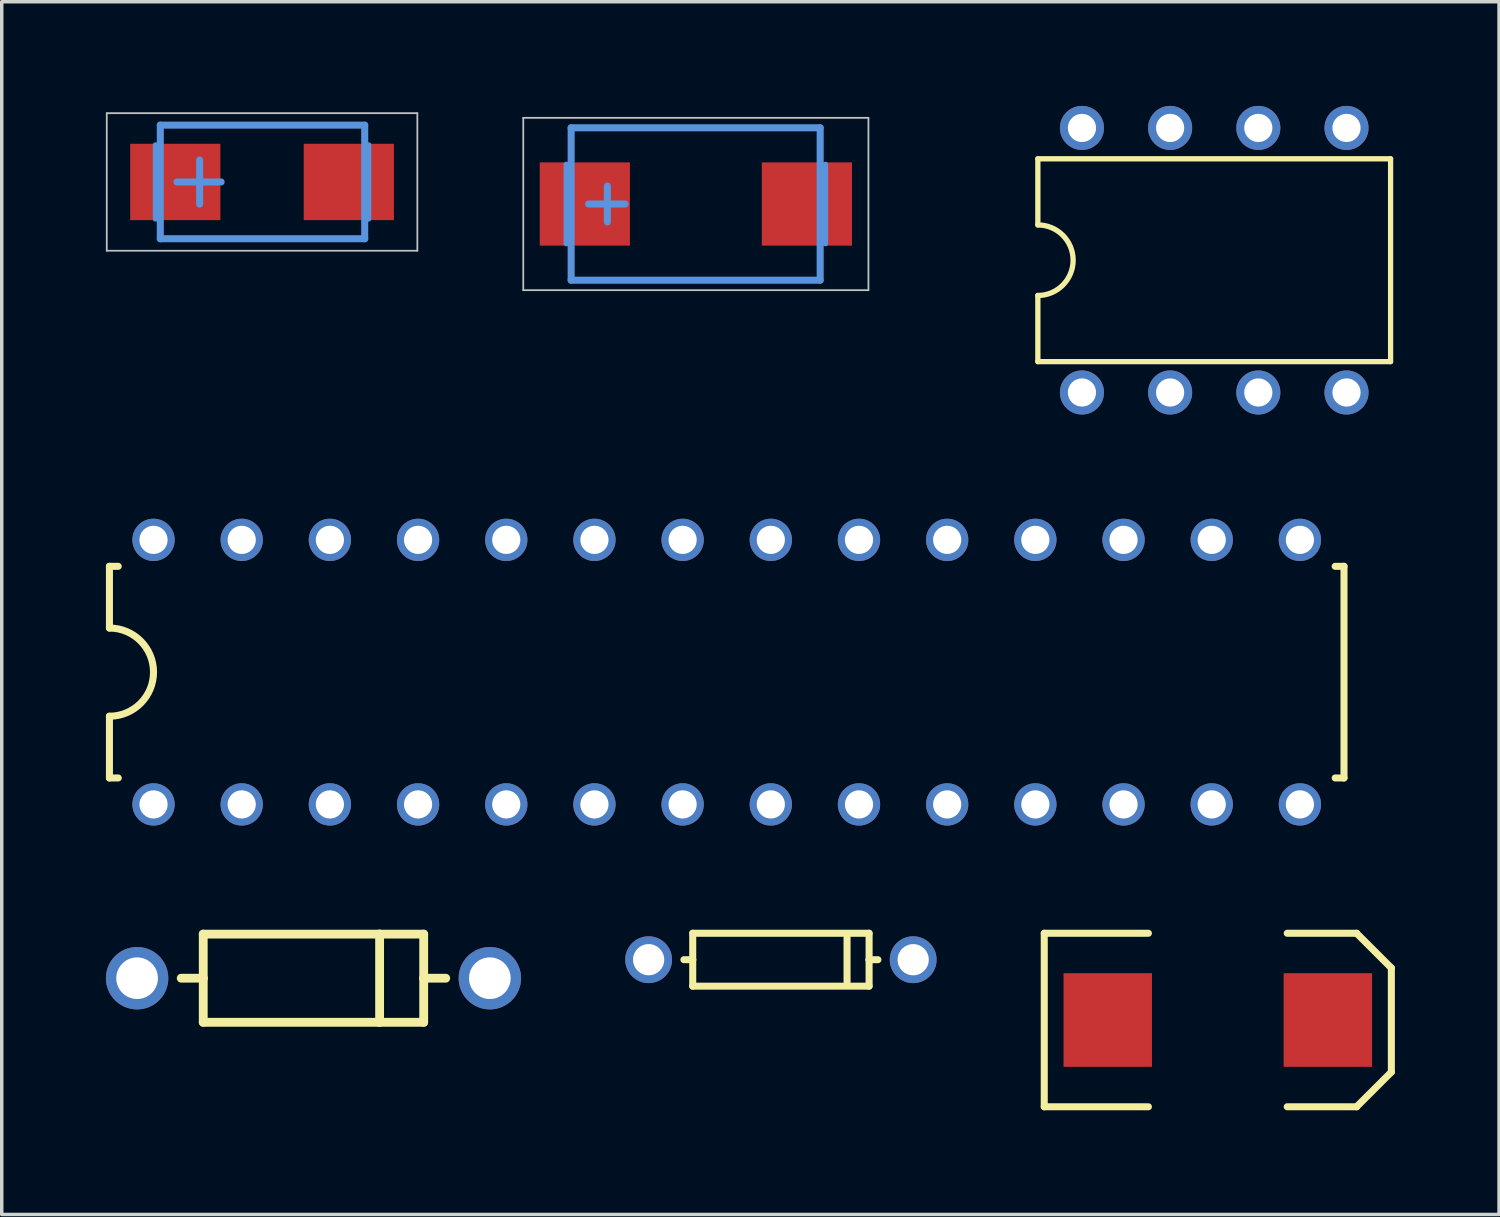
<source format=kicad_pcb>
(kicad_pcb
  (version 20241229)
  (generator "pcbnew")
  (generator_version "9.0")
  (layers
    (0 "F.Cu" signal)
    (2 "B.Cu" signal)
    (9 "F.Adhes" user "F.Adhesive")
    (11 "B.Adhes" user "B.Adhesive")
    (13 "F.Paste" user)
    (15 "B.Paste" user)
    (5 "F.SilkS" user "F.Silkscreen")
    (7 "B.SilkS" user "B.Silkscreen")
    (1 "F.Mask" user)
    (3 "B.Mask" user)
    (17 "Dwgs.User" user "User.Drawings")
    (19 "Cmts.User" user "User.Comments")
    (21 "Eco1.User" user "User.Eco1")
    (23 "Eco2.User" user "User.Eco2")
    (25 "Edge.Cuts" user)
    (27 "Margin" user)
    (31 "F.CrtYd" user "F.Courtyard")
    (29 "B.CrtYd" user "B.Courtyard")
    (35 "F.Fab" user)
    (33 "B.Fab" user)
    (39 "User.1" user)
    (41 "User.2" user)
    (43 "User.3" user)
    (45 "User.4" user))
  (footprint "DIL08"
    (layer "F.Cu")
    (at 31.924 4.445)
    (property "Reference" "DIL08" (at -5.969 -0.889 90) (layer "Eco1.User") (effects (font (size 1.27 1.27) (thickness 0.127))))
    (attr through_hole)
    (fp_line (start -5.08 -2.921) (end -5.08 -1.016) (stroke (width 0.152) (type solid)) (layer "F.SilkS"))
    (fp_line (start -5.08 2.921) (end -5.08 1.016) (stroke (width 0.152) (type solid)) (layer "F.SilkS"))
    (fp_line (start -5.08 2.921) (end 5.08 2.921) (stroke (width 0.152) (type solid)) (layer "F.SilkS"))
    (fp_line (start 5.08 -2.921) (end -5.08 -2.921) (stroke (width 0.152) (type solid)) (layer "F.SilkS"))
    (fp_line (start 5.08 -2.921) (end 5.08 2.921) (stroke (width 0.152) (type solid)) (layer "F.SilkS"))
    (fp_arc (start -5.08 -1.016) (mid -4.064 0) (end -5.08 1.016) (stroke (width 0.1524) (type solid)) (layer "F.SilkS"))
    (pad "1" thru_hole oval (at -3.81 3.81 90) (size 1.27 1.27) (drill 0.813) (layers "*.Cu" "*.Mask"))
    (pad "2" thru_hole oval (at -1.27 3.81 90) (size 1.27 1.27) (drill 0.813) (layers "*.Cu" "*.Mask"))
    (pad "3" thru_hole oval (at 1.27 3.81 90) (size 1.27 1.27) (drill 0.813) (layers "*.Cu" "*.Mask"))
    (pad "4" thru_hole oval (at 3.81 3.81 90) (size 1.27 1.27) (drill 0.813) (layers "*.Cu" "*.Mask"))
    (pad "5" thru_hole oval (at 3.81 -3.81 90) (size 1.27 1.27) (drill 0.813) (layers "*.Cu" "*.Mask"))
    (pad "6" thru_hole oval (at 1.27 -3.81 90) (size 1.27 1.27) (drill 0.813) (layers "*.Cu" "*.Mask"))
    (pad "7" thru_hole oval (at -1.27 -3.81 90) (size 1.27 1.27) (drill 0.813) (layers "*.Cu" "*.Mask"))
    (pad "8" thru_hole oval (at -3.81 -3.81 90) (size 1.27 1.27) (drill 0.813) (layers "*.Cu" "*.Mask")))
  (footprint "DIODE-1N4148"
    (layer "F.Cu")
    (at 19.443 24.593)
    (property "Reference" "DIODE-1N4148" (at 0 0 0) (layer "Cmts.User") (effects (font (size 0.001 0.001) (thickness 0.000001))))
    (attr through_hole)
    (fp_line (start -2.54 -0.762) (end 2.54 -0.762) (stroke (width 0.203) (type solid)) (layer "F.SilkS"))
    (fp_line (start -2.54 0) (end -2.794 0) (stroke (width 0.203) (type solid)) (layer "F.SilkS"))
    (fp_line (start -2.54 0) (end -2.54 -0.762) (stroke (width 0.203) (type solid)) (layer "F.SilkS"))
    (fp_line (start -2.54 0.762) (end -2.54 0) (stroke (width 0.203) (type solid)) (layer "F.SilkS"))
    (fp_line (start 1.905 -0.635) (end 1.905 0.635) (stroke (width 0.203) (type solid)) (layer "F.SilkS"))
    (fp_line (start 2.54 -0.762) (end 2.54 0) (stroke (width 0.203) (type solid)) (layer "F.SilkS"))
    (fp_line (start 2.54 0) (end 2.54 0.762) (stroke (width 0.203) (type solid)) (layer "F.SilkS"))
    (fp_line (start 2.54 0) (end 2.794 0) (stroke (width 0.203) (type solid)) (layer "F.SilkS"))
    (fp_line (start 2.54 0.762) (end -2.54 0.762) (stroke (width 0.203) (type solid)) (layer "F.SilkS"))
    (pad "A" thru_hole oval (at -3.81 0) (size 1.349 1.349) (drill 0.899) (layers "*.Cu" "*.Mask"))
    (pad "K" thru_hole oval (at 3.81 0) (size 1.349 1.349) (drill 0.899) (layers "*.Cu" "*.Mask")))
  (footprint "DIL28-3"
    (layer "F.Cu")
    (at 17.882 16.31)
    (property "Reference" "DIL28-3" (at -14.021 0.305 0) (layer "Eco1.User") (effects (font (size 0.61 0.61) (thickness 0.061))))
    (attr through_hole)
    (fp_line (start -17.78 -3.048) (end -17.78 -1.27) (stroke (width 0.203) (type solid)) (layer "F.SilkS"))
    (fp_line (start -17.78 -3.048) (end -17.526 -3.048) (stroke (width 0.203) (type solid)) (layer "F.SilkS"))
    (fp_line (start -17.78 1.27) (end -17.78 3.048) (stroke (width 0.203) (type solid)) (layer "F.SilkS"))
    (fp_line (start -17.78 3.048) (end -17.526 3.048) (stroke (width 0.203) (type solid)) (layer "F.SilkS"))
    (fp_line (start 17.78 -3.048) (end 17.526 -3.048) (stroke (width 0.203) (type solid)) (layer "F.SilkS"))
    (fp_line (start 17.78 3.048) (end 17.526 3.048) (stroke (width 0.203) (type solid)) (layer "F.SilkS"))
    (fp_line (start 17.78 3.048) (end 17.78 -3.048) (stroke (width 0.203) (type solid)) (layer "F.SilkS"))
    (fp_arc (start -17.78 -1.27) (mid -16.51 0) (end -17.78 1.27) (stroke (width 0.2032) (type solid)) (layer "F.SilkS"))
    (pad "1" thru_hole oval (at -16.51 3.81 90) (size 1.219 1.219) (drill 0.813) (layers "*.Cu" "*.Mask"))
    (pad "2" thru_hole oval (at -13.97 3.81 90) (size 1.219 1.219) (drill 0.813) (layers "*.Cu" "*.Mask"))
    (pad "3" thru_hole oval (at -11.43 3.81 90) (size 1.219 1.219) (drill 0.813) (layers "*.Cu" "*.Mask"))
    (pad "4" thru_hole oval (at -8.89 3.81 90) (size 1.219 1.219) (drill 0.813) (layers "*.Cu" "*.Mask"))
    (pad "5" thru_hole oval (at -6.35 3.81 90) (size 1.219 1.219) (drill 0.813) (layers "*.Cu" "*.Mask"))
    (pad "6" thru_hole oval (at -3.81 3.81 90) (size 1.219 1.219) (drill 0.813) (layers "*.Cu" "*.Mask"))
    (pad "7" thru_hole oval (at -1.27 3.81 90) (size 1.219 1.219) (drill 0.813) (layers "*.Cu" "*.Mask"))
    (pad "8" thru_hole oval (at 1.27 3.81 90) (size 1.219 1.219) (drill 0.813) (layers "*.Cu" "*.Mask"))
    (pad "9" thru_hole oval (at 3.81 3.81 90) (size 1.219 1.219) (drill 0.813) (layers "*.Cu" "*.Mask"))
    (pad "10" thru_hole oval (at 6.35 3.81 90) (size 1.219 1.219) (drill 0.813) (layers "*.Cu" "*.Mask"))
    (pad "11" thru_hole oval (at 8.89 3.81 90) (size 1.219 1.219) (drill 0.813) (layers "*.Cu" "*.Mask"))
    (pad "12" thru_hole oval (at 11.43 3.81 90) (size 1.219 1.219) (drill 0.813) (layers "*.Cu" "*.Mask"))
    (pad "13" thru_hole oval (at 13.97 3.81 90) (size 1.219 1.219) (drill 0.813) (layers "*.Cu" "*.Mask"))
    (pad "14" thru_hole oval (at 16.51 3.81 90) (size 1.219 1.219) (drill 0.813) (layers "*.Cu" "*.Mask"))
    (pad "15" thru_hole oval (at 16.51 -3.81 90) (size 1.219 1.219) (drill 0.813) (layers "*.Cu" "*.Mask"))
    (pad "16" thru_hole oval (at 13.97 -3.81 90) (size 1.219 1.219) (drill 0.813) (layers "*.Cu" "*.Mask"))
    (pad "17" thru_hole oval (at 11.43 -3.81 90) (size 1.219 1.219) (drill 0.813) (layers "*.Cu" "*.Mask"))
    (pad "18" thru_hole oval (at 8.89 -3.81 90) (size 1.219 1.219) (drill 0.813) (layers "*.Cu" "*.Mask"))
    (pad "19" thru_hole oval (at 6.35 -3.81 90) (size 1.219 1.219) (drill 0.813) (layers "*.Cu" "*.Mask"))
    (pad "20" thru_hole oval (at 3.81 -3.81 90) (size 1.219 1.219) (drill 0.813) (layers "*.Cu" "*.Mask"))
    (pad "21" thru_hole oval (at 1.27 -3.81 90) (size 1.219 1.219) (drill 0.813) (layers "*.Cu" "*.Mask"))
    (pad "22" thru_hole oval (at -1.27 -3.81 90) (size 1.219 1.219) (drill 0.813) (layers "*.Cu" "*.Mask"))
    (pad "23" thru_hole oval (at -3.81 -3.81 90) (size 1.219 1.219) (drill 0.813) (layers "*.Cu" "*.Mask"))
    (pad "24" thru_hole oval (at -6.35 -3.81 90) (size 1.219 1.219) (drill 0.813) (layers "*.Cu" "*.Mask"))
    (pad "25" thru_hole oval (at -8.89 -3.81 90) (size 1.219 1.219) (drill 0.813) (layers "*.Cu" "*.Mask"))
    (pad "26" thru_hole oval (at -11.43 -3.81 90) (size 1.219 1.219) (drill 0.813) (layers "*.Cu" "*.Mask"))
    (pad "27" thru_hole oval (at -13.97 -3.81 90) (size 1.219 1.219) (drill 0.813) (layers "*.Cu" "*.Mask"))
    (pad "28" thru_hole oval (at -16.51 -3.81 90) (size 1.219 1.219) (drill 0.813) (layers "*.Cu" "*.Mask")))
  (footprint "CT6032"
    (layer "F.Cu")
    (at 4.498 2.191)
    (property "Reference" "CT6032" (at 0 -1.27 0) (layer "Eco1.User") (effects (font (size 1.27 1.27) (thickness 0.102))))
    (attr through_hole)
    (fp_line (start -4.473 -1.981) (end 4.473 -1.981) (stroke (width 0.051) (type solid)) (layer "Dwgs.User"))
    (fp_line (start -4.473 1.981) (end -4.473 -1.981) (stroke (width 0.051) (type solid)) (layer "Dwgs.User"))
    (fp_line (start 4.473 -1.981) (end 4.473 1.981) (stroke (width 0.051) (type solid)) (layer "Dwgs.User"))
    (fp_line (start 4.473 1.981) (end -4.473 1.981) (stroke (width 0.051) (type solid)) (layer "Dwgs.User"))
    (fp_line (start -3.071 -1.067) (end -3.071 1.067) (stroke (width 0.152) (type solid)) (layer "Cmts.User"))
    (fp_line (start -2.931 1.636) (end -2.931 -1.636) (stroke (width 0.203) (type solid)) (layer "Cmts.User"))
    (fp_line (start -1.798 -0.63) (end -1.798 0.638) (stroke (width 0.203) (type solid)) (layer "Cmts.User"))
    (fp_line (start -1.179 0) (end -2.449 0) (stroke (width 0.203) (type solid)) (layer "Cmts.User"))
    (fp_line (start 2.957 -1.636) (end -2.931 -1.636) (stroke (width 0.203) (type solid)) (layer "Cmts.User"))
    (fp_line (start 2.957 1.636) (end -2.931 1.636) (stroke (width 0.203) (type solid)) (layer "Cmts.User"))
    (fp_line (start 2.957 1.636) (end 2.957 -1.636) (stroke (width 0.203) (type solid)) (layer "Cmts.User"))
    (fp_line (start 3.071 -1.067) (end 3.071 1.067) (stroke (width 0.152) (type solid)) (layer "Cmts.User"))
    (pad "+" smd rect (at -2.499 0) (size 2.598 2.2) (layers "F.Cu" "F.Mask" "F.Paste"))
    (pad "-" smd rect (at 2.499 0) (size 2.598 2.2) (layers "F.Cu" "F.Mask" "F.Paste")))
  (footprint "DIODE_EIA7343"
    (layer "F.Cu")
    (at 32.027 26.33)
    (property "Reference" "DIODE_EIA7343" (at 0 0 0) (layer "Eco1.User") (effects (font (size 0.6 0.6) (thickness 0.1))))
    (attr through_hole)
    (fp_line (start -4.999 -2.499) (end -4.999 2.499) (stroke (width 0.203) (type solid)) (layer "F.SilkS"))
    (fp_line (start -4.999 -2.499) (end -1.999 -2.499) (stroke (width 0.203) (type solid)) (layer "F.SilkS"))
    (fp_line (start -4.999 2.499) (end -1.999 2.499) (stroke (width 0.203) (type solid)) (layer "F.SilkS"))
    (fp_line (start 1.999 -2.499) (end 3.998 -2.499) (stroke (width 0.203) (type solid)) (layer "F.SilkS"))
    (fp_line (start 3.998 -2.499) (end 4.999 -1.499) (stroke (width 0.203) (type solid)) (layer "F.SilkS"))
    (fp_line (start 3.998 2.499) (end 1.999 2.499) (stroke (width 0.203) (type solid)) (layer "F.SilkS"))
    (fp_line (start 4.999 -1.499) (end 4.999 1.499) (stroke (width 0.203) (type solid)) (layer "F.SilkS"))
    (fp_line (start 4.999 1.499) (end 3.998 2.499) (stroke (width 0.203) (type solid)) (layer "F.SilkS"))
    (pad "A" smd rect (at 3.17 0 180) (size 2.548 2.697) (layers "F.Cu" "F.Mask" "F.Paste"))
    (pad "K" smd rect (at -3.17 0 180) (size 2.548 2.697) (layers "F.Cu" "F.Mask" "F.Paste")))
  (footprint "DIODE-1N4001"
    (layer "F.Cu")
    (at 5.979 25.126)
    (property "Reference" "DIODE-1N4001" (at 0 0 0) (layer "Cmts.User") (effects (font (size 0.001 0.001) (thickness 0.000001))))
    (attr through_hole)
    (fp_line (start -3.175 -1.27) (end -3.175 0) (stroke (width 0.254) (type solid)) (layer "F.SilkS"))
    (fp_line (start -3.175 0) (end -3.81 0) (stroke (width 0.254) (type solid)) (layer "F.SilkS"))
    (fp_line (start -3.175 0) (end -3.175 1.27) (stroke (width 0.254) (type solid)) (layer "F.SilkS"))
    (fp_line (start -3.175 1.27) (end 1.905 1.27) (stroke (width 0.254) (type solid)) (layer "F.SilkS"))
    (fp_line (start 1.905 -1.27) (end -3.175 -1.27) (stroke (width 0.254) (type solid)) (layer "F.SilkS"))
    (fp_line (start 1.905 -1.27) (end 1.905 1.27) (stroke (width 0.254) (type solid)) (layer "F.SilkS"))
    (fp_line (start 1.905 1.27) (end 3.175 1.27) (stroke (width 0.254) (type solid)) (layer "F.SilkS"))
    (fp_line (start 3.175 -1.27) (end 1.905 -1.27) (stroke (width 0.254) (type solid)) (layer "F.SilkS"))
    (fp_line (start 3.175 0) (end 3.175 -1.27) (stroke (width 0.254) (type solid)) (layer "F.SilkS"))
    (fp_line (start 3.175 0) (end 3.81 0) (stroke (width 0.254) (type solid)) (layer "F.SilkS"))
    (fp_line (start 3.175 1.27) (end 3.175 0) (stroke (width 0.254) (type solid)) (layer "F.SilkS"))
    (pad "A" thru_hole oval (at -5.08 0) (size 1.798 1.798) (drill 1.199) (layers "*.Cu" "*.Mask"))
    (pad "K" thru_hole oval (at 5.08 0) (size 1.798 1.798) (drill 1.199) (layers "*.Cu" "*.Mask")))
  (footprint "CT7343"
    (layer "F.Cu")
    (at 16.993 2.826)
    (property "Reference" "CT7343" (at 0 -1.905 0) (layer "Eco1.User") (effects (font (size 1.27 1.27) (thickness 0.102))))
    (attr through_hole)
    (fp_line (start -4.971 -2.482) (end 4.971 -2.482) (stroke (width 0.051) (type solid)) (layer "Dwgs.User"))
    (fp_line (start -4.971 2.482) (end -4.971 -2.482) (stroke (width 0.051) (type solid)) (layer "Dwgs.User"))
    (fp_line (start 4.971 -2.482) (end 4.971 2.482) (stroke (width 0.051) (type solid)) (layer "Dwgs.User"))
    (fp_line (start 4.971 2.482) (end -4.971 2.482) (stroke (width 0.051) (type solid)) (layer "Dwgs.User"))
    (fp_line (start -3.734 -1.143) (end -3.734 1.143) (stroke (width 0.152) (type solid)) (layer "Cmts.User"))
    (fp_line (start -3.592 2.195) (end -3.592 -2.195) (stroke (width 0.203) (type solid)) (layer "Cmts.User"))
    (fp_line (start -2.548 -0.518) (end -2.548 0.518) (stroke (width 0.203) (type solid)) (layer "Cmts.User"))
    (fp_line (start -2.04 0) (end -3.089 0) (stroke (width 0.203) (type solid)) (layer "Cmts.User"))
    (fp_line (start 3.581 -2.195) (end -3.592 -2.195) (stroke (width 0.203) (type solid)) (layer "Cmts.User"))
    (fp_line (start 3.581 2.195) (end -3.592 2.195) (stroke (width 0.203) (type solid)) (layer "Cmts.User"))
    (fp_line (start 3.581 2.195) (end 3.581 -2.195) (stroke (width 0.203) (type solid)) (layer "Cmts.User"))
    (fp_line (start 3.734 -1.143) (end 3.734 1.143) (stroke (width 0.152) (type solid)) (layer "Cmts.User"))
    (pad "+" smd rect (at -3.198 0) (size 2.598 2.398) (layers "F.Cu" "F.Mask" "F.Paste"))
    (pad "-" smd rect (at 3.198 0) (size 2.598 2.398) (layers "F.Cu" "F.Mask" "F.Paste")))
  (gr_rect
    (start -3 -3)
    (end 40.128 31.931)
    (stroke (width 0.1) (type default))
    (fill no)
    (layer "Edge.Cuts")))
</source>
